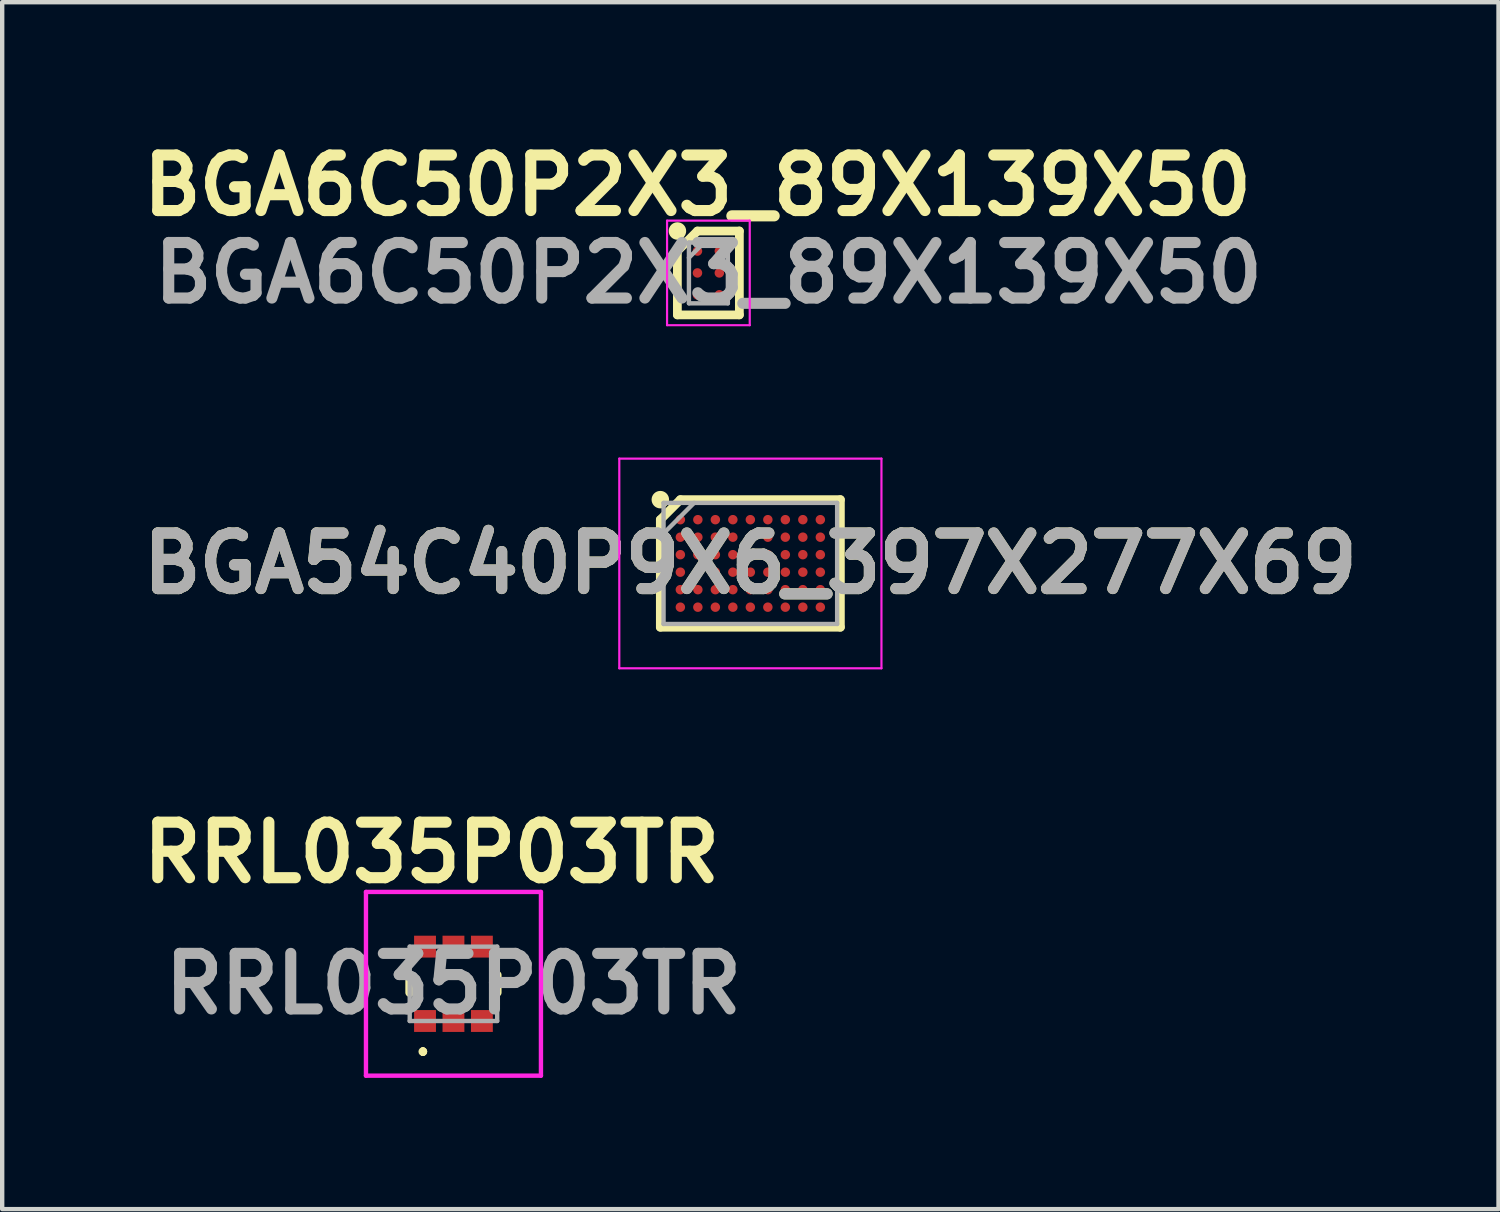
<source format=kicad_pcb>
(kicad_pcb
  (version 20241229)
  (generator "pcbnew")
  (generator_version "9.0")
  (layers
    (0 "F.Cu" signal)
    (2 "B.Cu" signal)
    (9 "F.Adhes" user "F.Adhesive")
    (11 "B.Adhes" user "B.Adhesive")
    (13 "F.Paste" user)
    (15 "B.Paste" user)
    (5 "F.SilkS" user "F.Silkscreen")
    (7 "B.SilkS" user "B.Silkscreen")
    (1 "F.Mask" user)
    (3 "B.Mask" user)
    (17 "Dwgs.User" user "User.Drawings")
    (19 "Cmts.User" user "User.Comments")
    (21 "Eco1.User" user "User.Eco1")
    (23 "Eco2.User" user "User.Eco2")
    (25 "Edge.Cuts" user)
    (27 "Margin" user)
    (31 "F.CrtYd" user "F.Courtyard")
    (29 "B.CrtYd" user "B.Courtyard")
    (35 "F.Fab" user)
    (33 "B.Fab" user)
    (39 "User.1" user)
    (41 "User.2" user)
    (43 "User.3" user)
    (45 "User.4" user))
  (footprint "RRL035P03TR"
    (layer "F.Cu")
    (at 7.316 19.44)
    (property "Reference" "RRL035P03TR" (at -0.5 -3 0) (layer "F.SilkS") (effects (font (size 1.27 1.27) (thickness 0.254))))
    (attr smd)
    (fp_line (start -1 0.2) (end -1 -0.2) (stroke (width 0.2) (type solid)) (layer "F.SilkS"))
    (fp_line (start -0.7 1.5) (end -0.7 1.5) (stroke (width 0.1) (type solid)) (layer "F.SilkS"))
    (fp_line (start -0.7 1.6) (end -0.7 1.6) (stroke (width 0.1) (type solid)) (layer "F.SilkS"))
    (fp_line (start -0.7 1.6) (end -0.7 1.6) (stroke (width 0.1) (type solid)) (layer "F.SilkS"))
    (fp_line (start 1 0.2) (end 1 -0.2) (stroke (width 0.2) (type solid)) (layer "F.SilkS"))
    (fp_arc (start -0.7 1.5) (mid -0.65 1.55) (end -0.7 1.6) (stroke (width 0.1) (type solid)) (layer "F.SilkS"))
    (fp_arc (start -0.7 1.5) (mid -0.65 1.55) (end -0.7 1.6) (stroke (width 0.1) (type solid)) (layer "F.SilkS"))
    (fp_arc (start -0.7 1.6) (mid -0.75 1.55) (end -0.7 1.5) (stroke (width 0.1) (type solid)) (layer "F.SilkS"))
    (fp_line (start -2 -2.1) (end 2 -2.1) (stroke (width 0.1) (type solid)) (layer "F.CrtYd"))
    (fp_line (start -2 2.1) (end -2 -2.1) (stroke (width 0.1) (type solid)) (layer "F.CrtYd"))
    (fp_line (start 2 -2.1) (end 2 2.1) (stroke (width 0.1) (type solid)) (layer "F.CrtYd"))
    (fp_line (start 2 2.1) (end -2 2.1) (stroke (width 0.1) (type solid)) (layer "F.CrtYd"))
    (fp_line (start -1 -0.85) (end -1 0.85) (stroke (width 0.1) (type solid)) (layer "F.Fab"))
    (fp_line (start -1 0.85) (end 1 0.85) (stroke (width 0.1) (type solid)) (layer "F.Fab"))
    (fp_line (start 1 -0.85) (end -1 -0.85) (stroke (width 0.1) (type solid)) (layer "F.Fab"))
    (fp_line (start 1 0.85) (end 1 -0.85) (stroke (width 0.1) (type solid)) (layer "F.Fab"))
    (fp_text user "${REFERENCE}" (at 0 0 0) (layer "F.Fab") (effects (font (size 1.27 1.27) (thickness 0.254))))
    (pad "1" smd rect (at -0.65 0.85 90) (size 0.5 0.5) (layers "F.Cu" "F.Mask" "F.Paste"))
    (pad "2" smd rect (at 0 0.85 90) (size 0.5 0.5) (layers "F.Cu" "F.Mask" "F.Paste"))
    (pad "3" smd rect (at 0.65 0.85 90) (size 0.5 0.5) (layers "F.Cu" "F.Mask" "F.Paste"))
    (pad "4" smd rect (at 0.65 -0.85 90) (size 0.5 0.5) (layers "F.Cu" "F.Mask" "F.Paste"))
    (pad "5" smd rect (at 0 -0.85 90) (size 0.5 0.5) (layers "F.Cu" "F.Mask" "F.Paste"))
    (pad "6" smd rect (at -0.65 -0.85 90) (size 0.5 0.5) (layers "F.Cu" "F.Mask" "F.Paste")))
  (footprint "BGA6C50P2X3_89X139X50"
    (layer "F.Cu")
    (at 13.144 3.189)
    (property "Reference" "BGA6C50P2X3_89X139X50" (at -0.25 -2 0) (layer "F.SilkS") (effects (font (size 1.27 1.27) (thickness 0.254))))
    (attr smd)
    (fp_line (start -0.709 -0.499) (end -0.251 -0.957) (stroke (width 0.2) (type solid)) (layer "F.SilkS"))
    (fp_line (start -0.709 0.959) (end -0.709 -0.499) (stroke (width 0.2) (type solid)) (layer "F.SilkS"))
    (fp_line (start -0.25 -0.958) (end 0.708 -0.958) (stroke (width 0.2) (type solid)) (layer "F.SilkS"))
    (fp_line (start 0.708 -0.958) (end 0.708 0.959) (stroke (width 0.2) (type solid)) (layer "F.SilkS"))
    (fp_line (start 0.708 0.959) (end -0.709 0.959) (stroke (width 0.2) (type solid)) (layer "F.SilkS"))
    (fp_circle (center -0.708 -0.958) (end -0.708 -0.858) (stroke (width 0.2) (type solid)) (fill no) (layer "F.SilkS"))
    (fp_line (start -0.945 -1.195) (end 0.945 -1.195) (stroke (width 0.05) (type solid)) (layer "F.CrtYd"))
    (fp_line (start -0.945 1.195) (end -0.945 -1.195) (stroke (width 0.05) (type solid)) (layer "F.CrtYd"))
    (fp_line (start 0.945 -1.195) (end 0.945 1.195) (stroke (width 0.05) (type solid)) (layer "F.CrtYd"))
    (fp_line (start 0.945 1.195) (end -0.945 1.195) (stroke (width 0.05) (type solid)) (layer "F.CrtYd"))
    (fp_line (start -0.445 -0.695) (end 0.445 -0.695) (stroke (width 0.1) (type solid)) (layer "F.Fab"))
    (fp_line (start -0.445 -0.348) (end -0.097 -0.696) (stroke (width 0.1) (type solid)) (layer "F.Fab"))
    (fp_line (start -0.445 0.695) (end -0.445 -0.695) (stroke (width 0.1) (type solid)) (layer "F.Fab"))
    (fp_line (start 0.445 -0.695) (end 0.445 0.695) (stroke (width 0.1) (type solid)) (layer "F.Fab"))
    (fp_line (start 0.445 0.695) (end -0.445 0.695) (stroke (width 0.1) (type solid)) (layer "F.Fab"))
    (fp_text user "${REFERENCE}" (at 0 0 0) (layer "F.Fab") (effects (font (size 1.27 1.27) (thickness 0.254))))
    (pad "A1" smd circle (at -0.25 -0.5 90) (size 0.217 0.217) (layers "F.Cu" "F.Mask" "F.Paste"))
    (pad "A2" smd circle (at 0.25 -0.5 90) (size 0.217 0.217) (layers "F.Cu" "F.Mask" "F.Paste"))
    (pad "B1" smd circle (at -0.25 0 90) (size 0.217 0.217) (layers "F.Cu" "F.Mask" "F.Paste"))
    (pad "B2" smd circle (at 0.25 0 90) (size 0.217 0.217) (layers "F.Cu" "F.Mask" "F.Paste"))
    (pad "C1" smd circle (at -0.25 0.5 90) (size 0.217 0.217) (layers "F.Cu" "F.Mask" "F.Paste"))
    (pad "C2" smd circle (at 0.25 0.5 90) (size 0.217 0.217) (layers "F.Cu" "F.Mask" "F.Paste")))
  (footprint "BGA54C40P9X6_397X277X69"
    (layer "F.Cu")
    (at 14.103 9.83)
    (property "Reference" "BGA54C40P9X6_397X277X69" (at 0 0 0) (layer "F.SilkS") (effects (font (size 1.27 1.27) (thickness 0.254))))
    (attr smd)
    (fp_line (start -2.058 -1) (end -1.6 -1.458) (stroke (width 0.2) (type solid)) (layer "F.SilkS"))
    (fp_line (start -2.058 1.458) (end -2.058 -1) (stroke (width 0.2) (type solid)) (layer "F.SilkS"))
    (fp_line (start -1.6 -1.458) (end 2.058 -1.458) (stroke (width 0.2) (type solid)) (layer "F.SilkS"))
    (fp_line (start 2.058 -1.458) (end 2.058 1.458) (stroke (width 0.2) (type solid)) (layer "F.SilkS"))
    (fp_line (start 2.058 1.458) (end -2.058 1.458) (stroke (width 0.2) (type solid)) (layer "F.SilkS"))
    (fp_circle (center -2.058 -1.458) (end -2.058 -1.358) (stroke (width 0.2) (type solid)) (fill no) (layer "F.SilkS"))
    (fp_line (start -2.996 -2.396) (end 2.997 -2.396) (stroke (width 0.05) (type solid)) (layer "F.CrtYd"))
    (fp_line (start -2.996 2.397) (end -2.996 -2.396) (stroke (width 0.05) (type solid)) (layer "F.CrtYd"))
    (fp_line (start 2.997 -2.396) (end 2.997 2.397) (stroke (width 0.05) (type solid)) (layer "F.CrtYd"))
    (fp_line (start 2.997 2.397) (end -2.996 2.397) (stroke (width 0.05) (type solid)) (layer "F.CrtYd"))
    (fp_line (start -1.984 -1.384) (end 1.984 -1.384) (stroke (width 0.1) (type solid)) (layer "F.Fab"))
    (fp_line (start -1.984 -0.686) (end -1.286 -1.384) (stroke (width 0.1) (type solid)) (layer "F.Fab"))
    (fp_line (start -1.984 1.384) (end -1.984 -1.384) (stroke (width 0.1) (type solid)) (layer "F.Fab"))
    (fp_line (start 1.984 -1.384) (end 1.984 1.384) (stroke (width 0.1) (type solid)) (layer "F.Fab"))
    (fp_line (start 1.984 1.384) (end -1.984 1.384) (stroke (width 0.1) (type solid)) (layer "F.Fab"))
    (fp_text user "${REFERENCE}" (at 0 0 0) (layer "F.Fab") (effects (font (size 1.27 1.27) (thickness 0.254))))
    (pad "A1" smd circle (at -1.6 -1 90) (size 0.216 0.216) (layers "F.Cu" "F.Mask" "F.Paste"))
    (pad "A2" smd circle (at -1.2 -1 90) (size 0.216 0.216) (layers "F.Cu" "F.Mask" "F.Paste"))
    (pad "A3" smd circle (at -0.8 -1 90) (size 0.216 0.216) (layers "F.Cu" "F.Mask" "F.Paste"))
    (pad "A4" smd circle (at -0.4 -1 90) (size 0.216 0.216) (layers "F.Cu" "F.Mask" "F.Paste"))
    (pad "A5" smd circle (at 0 -1 90) (size 0.216 0.216) (layers "F.Cu" "F.Mask" "F.Paste"))
    (pad "A6" smd circle (at 0.4 -1 90) (size 0.216 0.216) (layers "F.Cu" "F.Mask" "F.Paste"))
    (pad "A7" smd circle (at 0.8 -1 90) (size 0.216 0.216) (layers "F.Cu" "F.Mask" "F.Paste"))
    (pad "A8" smd circle (at 1.2 -1 90) (size 0.216 0.216) (layers "F.Cu" "F.Mask" "F.Paste"))
    (pad "A9" smd circle (at 1.6 -1 90) (size 0.216 0.216) (layers "F.Cu" "F.Mask" "F.Paste"))
    (pad "B1" smd circle (at -1.6 -0.6 90) (size 0.216 0.216) (layers "F.Cu" "F.Mask" "F.Paste"))
    (pad "B2" smd circle (at -1.2 -0.6 90) (size 0.216 0.216) (layers "F.Cu" "F.Mask" "F.Paste"))
    (pad "B3" smd circle (at -0.8 -0.6 90) (size 0.216 0.216) (layers "F.Cu" "F.Mask" "F.Paste"))
    (pad "B4" smd circle (at -0.4 -0.6 90) (size 0.216 0.216) (layers "F.Cu" "F.Mask" "F.Paste"))
    (pad "B5" smd circle (at 0 -0.6 90) (size 0.216 0.216) (layers "F.Cu" "F.Mask" "F.Paste"))
    (pad "B6" smd circle (at 0.4 -0.6 90) (size 0.216 0.216) (layers "F.Cu" "F.Mask" "F.Paste"))
    (pad "B7" smd circle (at 0.8 -0.6 90) (size 0.216 0.216) (layers "F.Cu" "F.Mask" "F.Paste"))
    (pad "B8" smd circle (at 1.2 -0.6 90) (size 0.216 0.216) (layers "F.Cu" "F.Mask" "F.Paste"))
    (pad "B9" smd circle (at 1.6 -0.6 90) (size 0.216 0.216) (layers "F.Cu" "F.Mask" "F.Paste"))
    (pad "C1" smd circle (at -1.6 -0.2 90) (size 0.216 0.216) (layers "F.Cu" "F.Mask" "F.Paste"))
    (pad "C2" smd circle (at -1.2 -0.2 90) (size 0.216 0.216) (layers "F.Cu" "F.Mask" "F.Paste"))
    (pad "C3" smd circle (at -0.8 -0.2 90) (size 0.216 0.216) (layers "F.Cu" "F.Mask" "F.Paste"))
    (pad "C4" smd circle (at -0.4 -0.2 90) (size 0.216 0.216) (layers "F.Cu" "F.Mask" "F.Paste"))
    (pad "C5" smd circle (at 0 -0.2 90) (size 0.216 0.216) (layers "F.Cu" "F.Mask" "F.Paste"))
    (pad "C6" smd circle (at 0.4 -0.2 90) (size 0.216 0.216) (layers "F.Cu" "F.Mask" "F.Paste"))
    (pad "C7" smd circle (at 0.8 -0.2 90) (size 0.216 0.216) (layers "F.Cu" "F.Mask" "F.Paste"))
    (pad "C8" smd circle (at 1.2 -0.2 90) (size 0.216 0.216) (layers "F.Cu" "F.Mask" "F.Paste"))
    (pad "C9" smd circle (at 1.6 -0.2 90) (size 0.216 0.216) (layers "F.Cu" "F.Mask" "F.Paste"))
    (pad "D1" smd circle (at -1.6 0.2 90) (size 0.216 0.216) (layers "F.Cu" "F.Mask" "F.Paste"))
    (pad "D2" smd circle (at -1.2 0.2 90) (size 0.216 0.216) (layers "F.Cu" "F.Mask" "F.Paste"))
    (pad "D3" smd circle (at -0.8 0.2 90) (size 0.216 0.216) (layers "F.Cu" "F.Mask" "F.Paste"))
    (pad "D4" smd circle (at -0.4 0.2 90) (size 0.216 0.216) (layers "F.Cu" "F.Mask" "F.Paste"))
    (pad "D5" smd circle (at 0 0.2 90) (size 0.216 0.216) (layers "F.Cu" "F.Mask" "F.Paste"))
    (pad "D6" smd circle (at 0.4 0.2 90) (size 0.216 0.216) (layers "F.Cu" "F.Mask" "F.Paste"))
    (pad "D7" smd circle (at 0.8 0.2 90) (size 0.216 0.216) (layers "F.Cu" "F.Mask" "F.Paste"))
    (pad "D8" smd circle (at 1.2 0.2 90) (size 0.216 0.216) (layers "F.Cu" "F.Mask" "F.Paste"))
    (pad "D9" smd circle (at 1.6 0.2 90) (size 0.216 0.216) (layers "F.Cu" "F.Mask" "F.Paste"))
    (pad "E1" smd circle (at -1.6 0.6 90) (size 0.216 0.216) (layers "F.Cu" "F.Mask" "F.Paste"))
    (pad "E2" smd circle (at -1.2 0.6 90) (size 0.216 0.216) (layers "F.Cu" "F.Mask" "F.Paste"))
    (pad "E3" smd circle (at -0.8 0.6 90) (size 0.216 0.216) (layers "F.Cu" "F.Mask" "F.Paste"))
    (pad "E4" smd circle (at -0.4 0.6 90) (size 0.216 0.216) (layers "F.Cu" "F.Mask" "F.Paste"))
    (pad "E5" smd circle (at 0 0.6 90) (size 0.216 0.216) (layers "F.Cu" "F.Mask" "F.Paste"))
    (pad "E6" smd circle (at 0.4 0.6 90) (size 0.216 0.216) (layers "F.Cu" "F.Mask" "F.Paste"))
    (pad "E7" smd circle (at 0.8 0.6 90) (size 0.216 0.216) (layers "F.Cu" "F.Mask" "F.Paste"))
    (pad "E8" smd circle (at 1.2 0.6 90) (size 0.216 0.216) (layers "F.Cu" "F.Mask" "F.Paste"))
    (pad "E9" smd circle (at 1.6 0.6 90) (size 0.216 0.216) (layers "F.Cu" "F.Mask" "F.Paste"))
    (pad "F1" smd circle (at -1.6 1 90) (size 0.216 0.216) (layers "F.Cu" "F.Mask" "F.Paste"))
    (pad "F2" smd circle (at -1.2 1 90) (size 0.216 0.216) (layers "F.Cu" "F.Mask" "F.Paste"))
    (pad "F3" smd circle (at -0.8 1 90) (size 0.216 0.216) (layers "F.Cu" "F.Mask" "F.Paste"))
    (pad "F4" smd circle (at -0.4 1 90) (size 0.216 0.216) (layers "F.Cu" "F.Mask" "F.Paste"))
    (pad "F5" smd circle (at 0 1 90) (size 0.216 0.216) (layers "F.Cu" "F.Mask" "F.Paste"))
    (pad "F6" smd circle (at 0.4 1 90) (size 0.216 0.216) (layers "F.Cu" "F.Mask" "F.Paste"))
    (pad "F7" smd circle (at 0.8 1 90) (size 0.216 0.216) (layers "F.Cu" "F.Mask" "F.Paste"))
    (pad "F8" smd circle (at 1.2 1 90) (size 0.216 0.216) (layers "F.Cu" "F.Mask" "F.Paste"))
    (pad "F9" smd circle (at 1.6 1 90) (size 0.216 0.216) (layers "F.Cu" "F.Mask" "F.Paste")))
  (gr_rect
    (start -3 -3)
    (end 31.206 24.59)
    (stroke (width 0.1) (type default))
    (fill no)
    (layer "Edge.Cuts")))
</source>
